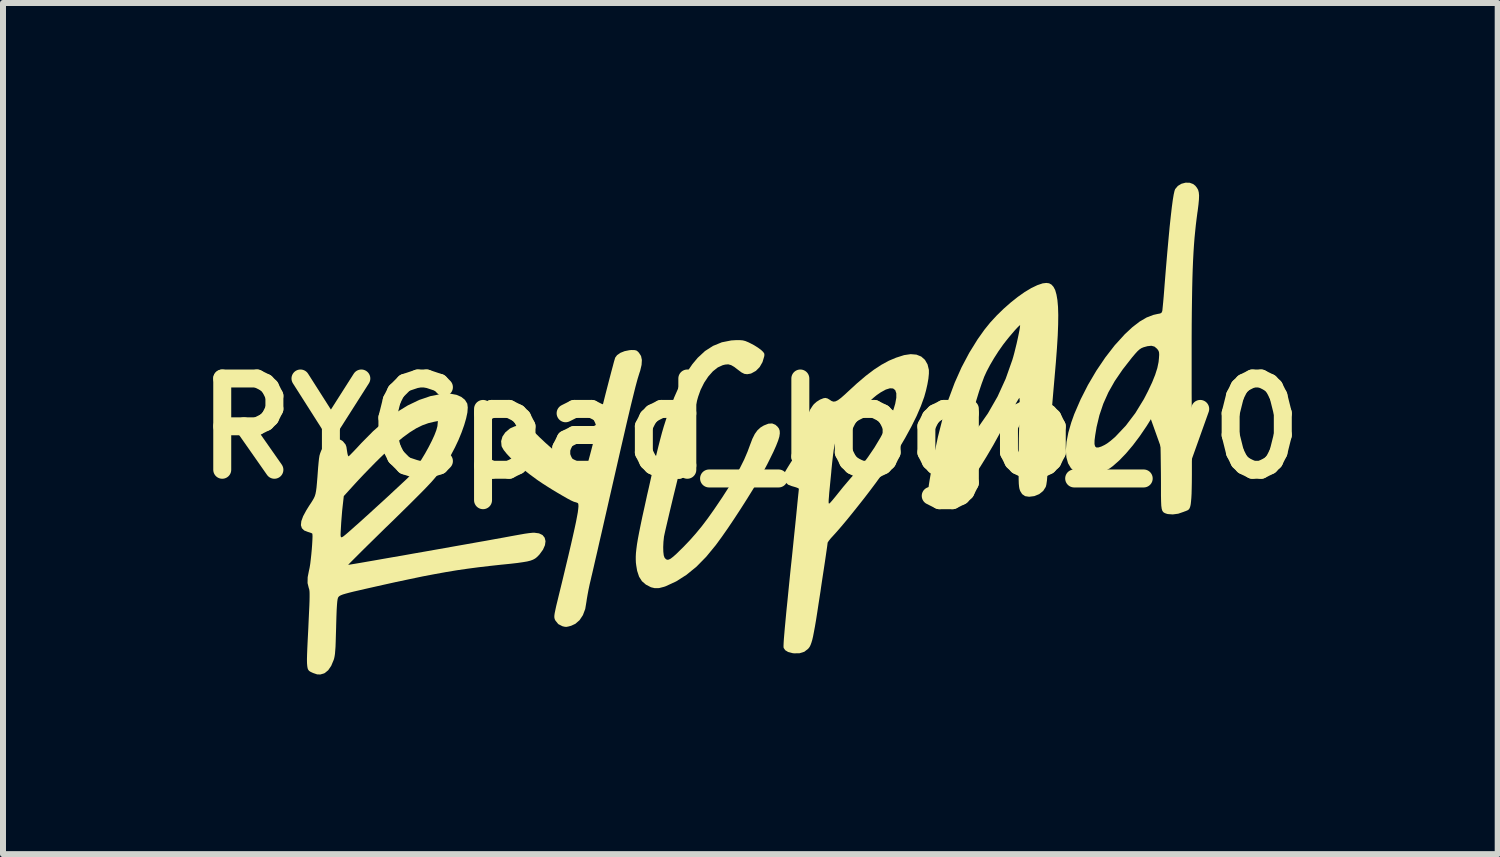
<source format=kicad_pcb>
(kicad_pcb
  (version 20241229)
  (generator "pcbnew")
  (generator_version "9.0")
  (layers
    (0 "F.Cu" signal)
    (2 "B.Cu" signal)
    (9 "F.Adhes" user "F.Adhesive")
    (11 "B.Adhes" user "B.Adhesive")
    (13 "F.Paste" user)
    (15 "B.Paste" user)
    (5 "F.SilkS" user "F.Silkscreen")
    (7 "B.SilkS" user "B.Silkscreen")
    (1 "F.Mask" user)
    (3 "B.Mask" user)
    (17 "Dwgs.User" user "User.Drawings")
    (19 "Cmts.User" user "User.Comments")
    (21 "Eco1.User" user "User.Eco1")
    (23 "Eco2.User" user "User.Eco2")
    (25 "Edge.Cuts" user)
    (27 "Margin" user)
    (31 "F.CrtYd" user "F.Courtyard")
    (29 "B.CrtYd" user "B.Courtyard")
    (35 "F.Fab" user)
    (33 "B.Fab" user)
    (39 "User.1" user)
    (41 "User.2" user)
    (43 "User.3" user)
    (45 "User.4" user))
  (footprint "RYCpad_logo_v0"
    (layer "F.Cu")
    (at 9.478 4.104)
    (property "Reference" "RYCpad_logo_v0" (at 0 0 0) (layer "F.SilkS") (effects (font (size 1.524 1.524) (thickness 0.3))))
    (attr board_only exclude_from_pos_files exclude_from_bom)
    (fp_poly (pts (xy -1.936 -1.309) (xy -1.903 -1.302) (xy -1.877 -1.283) (xy -1.859 -1.263) (xy -1.825 -1.21) (xy -1.811 -1.144) (xy -1.816 -1.062) (xy -1.84 -0.961) (xy -1.853 -0.923) (xy -1.866 -0.881) (xy -1.882 -0.829) (xy -1.899 -0.767) (xy -1.919 -0.692) (xy -1.941 -0.604) (xy -1.967 -0.499) (xy -1.997 -0.377) (xy -2.03 -0.237) (xy -2.068 -0.076) (xy -2.11 0.107) (xy -2.158 0.314) (xy -2.211 0.546) (xy -2.27 0.804) (xy -2.31 0.979) (xy -2.355 1.175) (xy -2.399 1.369) (xy -2.442 1.557) (xy -2.483 1.737) (xy -2.522 1.905) (xy -2.557 2.06) (xy -2.589 2.197) (xy -2.616 2.316) (xy -2.638 2.411) (xy -2.655 2.482) (xy -2.66 2.505) (xy -2.683 2.602) (xy -2.703 2.697) (xy -2.719 2.783) (xy -2.731 2.853) (xy -2.737 2.895) (xy -2.757 3.014) (xy -2.796 3.117) (xy -2.851 3.2) (xy -2.921 3.261) (xy -2.992 3.294) (xy -3.041 3.307) (xy -3.074 3.313) (xy -3.103 3.31) (xy -3.14 3.301) (xy -3.141 3.3) (xy -3.207 3.266) (xy -3.254 3.208) (xy -3.265 3.186) (xy -3.27 3.169) (xy -3.273 3.149) (xy -3.272 3.122) (xy -3.267 3.085) (xy -3.256 3.032) (xy -3.241 2.962) (xy -3.218 2.868) (xy -3.197 2.781) (xy -3.136 2.532) (xy -3.083 2.31) (xy -3.036 2.114) (xy -2.996 1.943) (xy -2.962 1.794) (xy -2.934 1.668) (xy -2.911 1.561) (xy -2.894 1.472) (xy -2.881 1.401) (xy -2.874 1.345) (xy -2.87 1.302) (xy -2.871 1.272) (xy -2.875 1.253) (xy -2.883 1.244) (xy -2.914 1.232) (xy -2.924 1.23) (xy -2.95 1.222) (xy -2.996 1.201) (xy -3.059 1.167) (xy -3.134 1.124) (xy -3.218 1.075) (xy -3.306 1.022) (xy -3.394 0.967) (xy -3.478 0.913) (xy -3.553 0.862) (xy -3.567 0.852) (xy -3.689 0.762) (xy -3.802 0.673) (xy -3.904 0.585) (xy -3.993 0.502) (xy -4.065 0.426) (xy -4.118 0.36) (xy -4.149 0.306) (xy -4.154 0.291) (xy -4.161 0.212) (xy -4.139 0.135) (xy -4.091 0.065) (xy -4.017 0.003) (xy -3.998 -0.008) (xy -3.933 -0.036) (xy -3.859 -0.054) (xy -3.786 -0.059) (xy -3.745 -0.054) (xy -3.718 -0.04) (xy -3.678 -0.008) (xy -3.63 0.036) (xy -3.597 0.07) (xy -3.512 0.154) (xy -3.416 0.244) (xy -3.314 0.334) (xy -3.213 0.417) (xy -3.122 0.487) (xy -3.073 0.521) (xy -3.014 0.56) (xy -2.95 0.599) (xy -2.888 0.636) (xy -2.832 0.668) (xy -2.788 0.691) (xy -2.761 0.703) (xy -2.755 0.703) (xy -2.749 0.693) (xy -2.742 0.673) (xy -2.732 0.641) (xy -2.718 0.595) (xy -2.702 0.534) (xy -2.681 0.456) (xy -2.655 0.358) (xy -2.624 0.238) (xy -2.588 0.096) (xy -2.545 -0.072) (xy -2.497 -0.263) (xy -2.457 -0.42) (xy -2.419 -0.571) (xy -2.383 -0.711) (xy -2.35 -0.838) (xy -2.321 -0.949) (xy -2.296 -1.042) (xy -2.277 -1.114) (xy -2.263 -1.161) (xy -2.257 -1.182) (xy -2.225 -1.225) (xy -2.17 -1.263) (xy -2.099 -1.291) (xy -2.02 -1.307) (xy -1.986 -1.31)) (stroke (width 0) (type solid)) (fill yes) (layer "F.SilkS"))
    (fp_poly (pts (xy 4.988 -2.424) (xy 5.028 -2.402) (xy 5.062 -2.364) (xy 5.09 -2.31) (xy 5.111 -2.236) (xy 5.127 -2.143) (xy 5.137 -2.03) (xy 5.141 -1.894) (xy 5.139 -1.734) (xy 5.132 -1.55) (xy 5.119 -1.34) (xy 5.101 -1.103) (xy 5.079 -0.848) (xy 5.058 -0.608) (xy 5.038 -0.373) (xy 5.02 -0.146) (xy 5.003 0.068) (xy 4.989 0.266) (xy 4.978 0.444) (xy 4.969 0.597) (xy 4.967 0.645) (xy 4.96 0.772) (xy 4.952 0.87) (xy 4.942 0.938) (xy 4.932 0.976) (xy 4.889 1.043) (xy 4.823 1.096) (xy 4.742 1.129) (xy 4.655 1.14) (xy 4.588 1.13) (xy 4.538 1.096) (xy 4.506 1.045) (xy 4.498 1.023) (xy 4.491 0.998) (xy 4.486 0.965) (xy 4.482 0.921) (xy 4.48 0.861) (xy 4.479 0.782) (xy 4.478 0.679) (xy 4.478 0.601) (xy 4.479 0.467) (xy 4.481 0.318) (xy 4.483 0.162) (xy 4.487 0.012) (xy 4.491 -0.121) (xy 4.491 -0.146) (xy 4.495 -0.251) (xy 4.496 -0.342) (xy 4.497 -0.418) (xy 4.496 -0.473) (xy 4.494 -0.504) (xy 4.491 -0.51) (xy 4.481 -0.497) (xy 4.459 -0.461) (xy 4.427 -0.406) (xy 4.388 -0.335) (xy 4.343 -0.252) (xy 4.307 -0.184) (xy 4.176 0.061) (xy 4.055 0.28) (xy 3.942 0.472) (xy 3.838 0.64) (xy 3.741 0.785) (xy 3.651 0.908) (xy 3.566 1.01) (xy 3.485 1.093) (xy 3.409 1.157) (xy 3.335 1.204) (xy 3.308 1.217) (xy 3.236 1.238) (xy 3.14 1.245) (xy 3.139 1.245) (xy 3.079 1.244) (xy 3.041 1.239) (xy 3.015 1.228) (xy 2.992 1.208) (xy 2.977 1.192) (xy 2.966 1.175) (xy 2.96 1.154) (xy 2.959 1.123) (xy 2.962 1.079) (xy 2.97 1.018) (xy 2.982 0.933) (xy 2.993 0.863) (xy 3.058 0.488) (xy 3.109 0.248) (xy 3.585 0.248) (xy 3.64 0.188) (xy 3.674 0.148) (xy 3.719 0.093) (xy 3.765 0.034) (xy 3.781 0.014) (xy 3.967 -0.253) (xy 4.128 -0.534) (xy 4.263 -0.83) (xy 4.374 -1.144) (xy 4.389 -1.194) (xy 4.407 -1.26) (xy 4.426 -1.337) (xy 4.446 -1.418) (xy 4.464 -1.499) (xy 4.48 -1.575) (xy 4.493 -1.641) (xy 4.501 -1.691) (xy 4.504 -1.72) (xy 4.503 -1.725) (xy 4.488 -1.714) (xy 4.458 -1.684) (xy 4.417 -1.64) (xy 4.37 -1.585) (xy 4.319 -1.525) (xy 4.27 -1.464) (xy 4.225 -1.406) (xy 4.217 -1.395) (xy 4.143 -1.29) (xy 4.07 -1.176) (xy 4.003 -1.062) (xy 3.946 -0.954) (xy 3.903 -0.86) (xy 3.9 -0.851) (xy 3.861 -0.745) (xy 3.818 -0.617) (xy 3.774 -0.473) (xy 3.729 -0.322) (xy 3.686 -0.168) (xy 3.647 -0.021) (xy 3.614 0.114) (xy 3.595 0.203) (xy 3.585 0.248) (xy 3.109 0.248) (xy 3.132 0.14) (xy 3.214 -0.183) (xy 3.307 -0.483) (xy 3.411 -0.762) (xy 3.526 -1.02) (xy 3.654 -1.262) (xy 3.794 -1.488) (xy 3.909 -1.65) (xy 4.006 -1.77) (xy 4.114 -1.887) (xy 4.228 -1.998) (xy 4.346 -2.102) (xy 4.464 -2.196) (xy 4.58 -2.278) (xy 4.69 -2.344) (xy 4.792 -2.393) (xy 4.881 -2.423) (xy 4.942 -2.43)) (stroke (width 0) (type solid)) (fill yes) (layer "F.SilkS"))
    (fp_poly (pts (xy -0.126 -1.471) (xy -0.083 -1.46) (xy -0.032 -1.439) (xy 0 -1.423) (xy 0.063 -1.39) (xy 0.125 -1.351) (xy 0.173 -1.316) (xy 0.177 -1.313) (xy 0.213 -1.279) (xy 0.231 -1.254) (xy 0.235 -1.228) (xy 0.231 -1.202) (xy 0.203 -1.108) (xy 0.156 -1.026) (xy 0.093 -0.962) (xy 0.019 -0.921) (xy 0.001 -0.915) (xy -0.053 -0.906) (xy -0.1 -0.912) (xy -0.148 -0.936) (xy -0.204 -0.978) (xy -0.269 -1.028) (xy -0.321 -1.058) (xy -0.369 -1.071) (xy -0.42 -1.067) (xy -0.461 -1.057) (xy -0.544 -1.019) (xy -0.625 -0.955) (xy -0.702 -0.868) (xy -0.772 -0.763) (xy -0.831 -0.644) (xy -0.87 -0.535) (xy -0.881 -0.497) (xy -0.898 -0.434) (xy -0.92 -0.348) (xy -0.946 -0.243) (xy -0.977 -0.121) (xy -1.011 0.015) (xy -1.047 0.163) (xy -1.086 0.318) (xy -1.125 0.48) (xy -1.165 0.643) (xy -1.205 0.807) (xy -1.244 0.967) (xy -1.282 1.121) (xy -1.317 1.267) (xy -1.349 1.401) (xy -1.377 1.521) (xy -1.401 1.623) (xy -1.42 1.705) (xy -1.433 1.764) (xy -1.44 1.798) (xy -1.441 1.8) (xy -1.451 1.892) (xy -1.455 1.98) (xy -1.453 2.058) (xy -1.446 2.118) (xy -1.433 2.156) (xy -1.432 2.157) (xy -1.412 2.18) (xy -1.391 2.192) (xy -1.364 2.19) (xy -1.331 2.174) (xy -1.287 2.14) (xy -1.23 2.089) (xy -1.158 2.018) (xy -1.116 1.977) (xy -1.01 1.866) (xy -0.91 1.753) (xy -0.811 1.633) (xy -0.711 1.501) (xy -0.606 1.353) (xy -0.491 1.183) (xy -0.472 1.155) (xy -0.355 0.973) (xy -0.256 0.809) (xy -0.173 0.659) (xy -0.103 0.519) (xy -0.046 0.385) (xy -0.006 0.277) (xy 0.034 0.172) (xy 0.074 0.092) (xy 0.118 0.031) (xy 0.169 -0.016) (xy 0.225 -0.05) (xy 0.301 -0.08) (xy 0.364 -0.084) (xy 0.418 -0.062) (xy 0.454 -0.03) (xy 0.477 0.001) (xy 0.49 0.038) (xy 0.492 0.083) (xy 0.484 0.137) (xy 0.463 0.205) (xy 0.43 0.289) (xy 0.384 0.392) (xy 0.323 0.516) (xy 0.281 0.6) (xy 0.216 0.721) (xy 0.136 0.861) (xy 0.045 1.014) (xy -0.056 1.177) (xy -0.161 1.342) (xy -0.269 1.507) (xy -0.375 1.665) (xy -0.478 1.812) (xy -0.573 1.942) (xy -0.58 1.951) (xy -0.737 2.142) (xy -0.899 2.307) (xy -1.067 2.444) (xy -1.238 2.553) (xy -1.411 2.633) (xy -1.439 2.643) (xy -1.524 2.665) (xy -1.597 2.666) (xy -1.659 2.651) (xy -1.744 2.607) (xy -1.81 2.55) (xy -1.858 2.474) (xy -1.89 2.377) (xy -1.905 2.288) (xy -1.911 2.24) (xy -1.913 2.19) (xy -1.913 2.138) (xy -1.91 2.079) (xy -1.903 2.013) (xy -1.893 1.936) (xy -1.878 1.846) (xy -1.858 1.74) (xy -1.833 1.616) (xy -1.803 1.472) (xy -1.766 1.306) (xy -1.724 1.113) (xy -1.694 0.983) (xy -1.648 0.777) (xy -1.607 0.597) (xy -1.57 0.44) (xy -1.536 0.302) (xy -1.505 0.181) (xy -1.476 0.072) (xy -1.447 -0.028) (xy -1.417 -0.122) (xy -1.387 -0.213) (xy -1.354 -0.304) (xy -1.318 -0.4) (xy -1.277 -0.503) (xy -1.273 -0.515) (xy -1.18 -0.726) (xy -1.079 -0.912) (xy -0.967 -1.075) (xy -0.879 -1.18) (xy -0.757 -1.293) (xy -0.623 -1.379) (xy -0.476 -1.439) (xy -0.319 -1.47) (xy -0.24 -1.475) (xy -0.174 -1.475)) (stroke (width 0) (type solid)) (fill yes) (layer "F.SilkS"))
    (fp_poly (pts (xy 7.334 -4.103) (xy 7.394 -4.081) (xy 7.429 -4.053) (xy 7.456 -4.019) (xy 7.476 -3.984) (xy 7.487 -3.943) (xy 7.492 -3.891) (xy 7.49 -3.825) (xy 7.482 -3.739) (xy 7.468 -3.628) (xy 7.465 -3.611) (xy 7.451 -3.504) (xy 7.438 -3.398) (xy 7.427 -3.291) (xy 7.416 -3.18) (xy 7.407 -3.064) (xy 7.399 -2.94) (xy 7.392 -2.808) (xy 7.386 -2.665) (xy 7.381 -2.51) (xy 7.377 -2.34) (xy 7.374 -2.154) (xy 7.371 -1.949) (xy 7.369 -1.725) (xy 7.368 -1.479) (xy 7.368 -1.209) (xy 7.368 -0.914) (xy 7.368 -0.591) (xy 7.369 -0.442) (xy 7.37 -0.174) (xy 7.371 0.066) (xy 7.371 0.279) (xy 7.372 0.467) (xy 7.372 0.632) (xy 7.372 0.775) (xy 7.371 0.897) (xy 7.369 1.001) (xy 7.367 1.088) (xy 7.363 1.159) (xy 7.358 1.217) (xy 7.353 1.262) (xy 7.346 1.297) (xy 7.337 1.324) (xy 7.327 1.343) (xy 7.315 1.356) (xy 7.302 1.365) (xy 7.286 1.372) (xy 7.269 1.379) (xy 7.249 1.386) (xy 7.234 1.392) (xy 7.144 1.423) (xy 7.053 1.435) (xy 6.97 1.429) (xy 6.951 1.424) (xy 6.92 1.413) (xy 6.896 1.398) (xy 6.879 1.375) (xy 6.868 1.34) (xy 6.861 1.289) (xy 6.858 1.218) (xy 6.856 1.122) (xy 6.856 1.073) (xy 6.856 0.912) (xy 6.855 0.749) (xy 6.853 0.588) (xy 6.851 0.431) (xy 6.848 0.281) (xy 6.845 0.14) (xy 6.841 0.012) (xy 6.837 -0.1) (xy 6.833 -0.195) (xy 6.829 -0.269) (xy 6.825 -0.319) (xy 6.821 -0.343) (xy 6.819 -0.345) (xy 6.805 -0.333) (xy 6.78 -0.3) (xy 6.748 -0.253) (xy 6.729 -0.221) (xy 6.617 -0.041) (xy 6.502 0.128) (xy 6.386 0.282) (xy 6.271 0.418) (xy 6.16 0.533) (xy 6.056 0.625) (xy 6.001 0.666) (xy 5.896 0.723) (xy 5.786 0.761) (xy 5.676 0.777) (xy 5.572 0.773) (xy 5.477 0.749) (xy 5.396 0.704) (xy 5.352 0.661) (xy 5.305 0.582) (xy 5.277 0.482) (xy 5.268 0.363) (xy 5.276 0.26) (xy 5.746 0.26) (xy 5.756 0.299) (xy 5.777 0.317) (xy 5.811 0.317) (xy 5.859 0.302) (xy 5.915 0.275) (xy 5.958 0.249) (xy 6.013 0.208) (xy 6.07 0.159) (xy 6.093 0.139) (xy 6.268 -0.046) (xy 6.428 -0.257) (xy 6.572 -0.493) (xy 6.639 -0.623) (xy 6.708 -0.769) (xy 6.759 -0.896) (xy 6.795 -1.009) (xy 6.816 -1.11) (xy 6.822 -1.171) (xy 6.826 -1.229) (xy 6.824 -1.268) (xy 6.816 -1.295) (xy 6.799 -1.32) (xy 6.789 -1.332) (xy 6.748 -1.367) (xy 6.696 -1.381) (xy 6.63 -1.374) (xy 6.565 -1.356) (xy 6.531 -1.342) (xy 6.5 -1.322) (xy 6.466 -1.292) (xy 6.424 -1.246) (xy 6.374 -1.187) (xy 6.217 -0.986) (xy 6.085 -0.793) (xy 5.978 -0.604) (xy 5.893 -0.414) (xy 5.828 -0.221) (xy 5.78 -0.021) (xy 5.777 -0.001) (xy 5.758 0.112) (xy 5.747 0.198) (xy 5.746 0.26) (xy 5.276 0.26) (xy 5.279 0.224) (xy 5.309 0.07) (xy 5.358 -0.1) (xy 5.408 -0.24) (xy 5.514 -0.485) (xy 5.637 -0.727) (xy 5.776 -0.963) (xy 5.926 -1.185) (xy 6.084 -1.389) (xy 6.247 -1.568) (xy 6.248 -1.57) (xy 6.378 -1.691) (xy 6.5 -1.785) (xy 6.616 -1.853) (xy 6.728 -1.896) (xy 6.799 -1.912) (xy 6.843 -1.92) (xy 6.866 -1.934) (xy 6.876 -1.957) (xy 6.878 -1.962) (xy 6.881 -1.988) (xy 6.886 -2.039) (xy 6.893 -2.111) (xy 6.901 -2.2) (xy 6.909 -2.3) (xy 6.916 -2.393) (xy 6.939 -2.677) (xy 6.961 -2.935) (xy 6.982 -3.166) (xy 7.001 -3.37) (xy 7.02 -3.546) (xy 7.037 -3.694) (xy 7.053 -3.814) (xy 7.068 -3.905) (xy 7.082 -3.967) (xy 7.093 -3.997) (xy 7.138 -4.05) (xy 7.198 -4.086) (xy 7.266 -4.104)) (stroke (width 0) (type solid)) (fill yes) (layer "F.SilkS"))
    (fp_poly (pts (xy 2.773 -1.233) (xy 2.853 -1.201) (xy 2.915 -1.146) (xy 2.959 -1.069) (xy 2.981 -0.978) (xy 2.981 -0.916) (xy 2.973 -0.833) (xy 2.956 -0.736) (xy 2.932 -0.631) (xy 2.903 -0.527) (xy 2.9 -0.519) (xy 2.847 -0.373) (xy 2.776 -0.208) (xy 2.687 -0.029) (xy 2.584 0.16) (xy 2.469 0.355) (xy 2.343 0.553) (xy 2.209 0.75) (xy 2.177 0.795) (xy 2.095 0.908) (xy 2.003 1.031) (xy 1.905 1.159) (xy 1.804 1.287) (xy 1.704 1.412) (xy 1.609 1.529) (xy 1.52 1.635) (xy 1.443 1.724) (xy 1.385 1.788) (xy 1.343 1.834) (xy 1.311 1.874) (xy 1.293 1.901) (xy 1.29 1.908) (xy 1.288 1.926) (xy 1.282 1.972) (xy 1.272 2.041) (xy 1.259 2.131) (xy 1.243 2.24) (xy 1.224 2.365) (xy 1.203 2.502) (xy 1.181 2.649) (xy 1.171 2.72) (xy 1.142 2.906) (xy 1.118 3.064) (xy 1.097 3.198) (xy 1.078 3.309) (xy 1.061 3.4) (xy 1.047 3.473) (xy 1.033 3.532) (xy 1.019 3.578) (xy 1.006 3.613) (xy 0.993 3.641) (xy 0.978 3.663) (xy 0.963 3.68) (xy 0.901 3.728) (xy 0.821 3.753) (xy 0.728 3.754) (xy 0.704 3.751) (xy 0.631 3.732) (xy 0.582 3.702) (xy 0.557 3.665) (xy 0.554 3.651) (xy 0.554 3.622) (xy 0.556 3.576) (xy 0.56 3.512) (xy 0.567 3.429) (xy 0.576 3.325) (xy 0.588 3.198) (xy 0.602 3.048) (xy 0.62 2.873) (xy 0.64 2.671) (xy 0.663 2.442) (xy 0.675 2.325) (xy 0.696 2.13) (xy 0.715 1.944) (xy 0.733 1.768) (xy 0.75 1.606) (xy 0.765 1.458) (xy 0.778 1.327) (xy 0.788 1.224) (xy 1.307 1.224) (xy 1.308 1.244) (xy 1.311 1.253) (xy 1.316 1.253) (xy 1.323 1.249) (xy 1.328 1.245) (xy 1.345 1.227) (xy 1.377 1.19) (xy 1.419 1.139) (xy 1.468 1.078) (xy 1.489 1.052) (xy 1.55 0.976) (xy 1.617 0.897) (xy 1.681 0.822) (xy 1.736 0.761) (xy 1.74 0.757) (xy 1.853 0.626) (xy 1.964 0.478) (xy 2.072 0.319) (xy 2.171 0.154) (xy 2.26 -0.012) (xy 2.334 -0.173) (xy 2.392 -0.323) (xy 2.419 -0.414) (xy 2.437 -0.513) (xy 2.437 -0.588) (xy 2.419 -0.64) (xy 2.383 -0.668) (xy 2.331 -0.671) (xy 2.262 -0.65) (xy 2.178 -0.604) (xy 2.111 -0.558) (xy 2.062 -0.518) (xy 1.997 -0.46) (xy 1.922 -0.389) (xy 1.842 -0.31) (xy 1.76 -0.227) (xy 1.682 -0.146) (xy 1.614 -0.071) (xy 1.558 -0.007) (xy 1.556 -0.004) (xy 1.516 0.046) (xy 1.484 0.09) (xy 1.457 0.132) (xy 1.436 0.177) (xy 1.418 0.228) (xy 1.404 0.289) (xy 1.391 0.364) (xy 1.379 0.456) (xy 1.366 0.571) (xy 1.352 0.711) (xy 1.351 0.728) (xy 1.337 0.87) (xy 1.326 0.984) (xy 1.317 1.074) (xy 1.312 1.142) (xy 1.308 1.191) (xy 1.307 1.224) (xy 0.788 1.224) (xy 0.789 1.216) (xy 0.798 1.126) (xy 0.805 1.06) (xy 0.809 1.019) (xy 0.81 1.007) (xy 0.797 0.996) (xy 0.763 0.983) (xy 0.74 0.976) (xy 0.688 0.961) (xy 0.641 0.943) (xy 0.629 0.937) (xy 0.592 0.903) (xy 0.567 0.851) (xy 0.558 0.792) (xy 0.56 0.764) (xy 0.571 0.739) (xy 0.597 0.694) (xy 0.634 0.633) (xy 0.679 0.561) (xy 0.731 0.483) (xy 0.737 0.475) (xy 0.905 0.228) (xy 0.917 0.065) (xy 0.929 -0.061) (xy 0.946 -0.163) (xy 0.969 -0.246) (xy 0.999 -0.316) (xy 1.039 -0.378) (xy 1.06 -0.405) (xy 1.106 -0.446) (xy 1.163 -0.482) (xy 1.221 -0.505) (xy 1.254 -0.51) (xy 1.289 -0.501) (xy 1.324 -0.48) (xy 1.357 -0.458) (xy 1.389 -0.448) (xy 1.423 -0.453) (xy 1.463 -0.473) (xy 1.514 -0.511) (xy 1.579 -0.568) (xy 1.624 -0.61) (xy 1.783 -0.756) (xy 1.928 -0.879) (xy 2.062 -0.981) (xy 2.189 -1.064) (xy 2.312 -1.131) (xy 2.433 -1.182) (xy 2.555 -1.221) (xy 2.568 -1.225) (xy 2.677 -1.241)) (stroke (width 0) (type solid)) (fill yes) (layer "F.SilkS"))
    (fp_poly (pts (xy -5.005 -0.58) (xy -4.907 -0.562) (xy -4.826 -0.527) (xy -4.765 -0.478) (xy -4.727 -0.416) (xy -4.726 -0.413) (xy -4.718 -0.351) (xy -4.724 -0.268) (xy -4.745 -0.169) (xy -4.778 -0.056) (xy -4.821 0.065) (xy -4.873 0.192) (xy -4.933 0.319) (xy -4.999 0.444) (xy -5.069 0.562) (xy -5.143 0.669) (xy -5.143 0.669) (xy -5.177 0.715) (xy -5.212 0.759) (xy -5.247 0.803) (xy -5.285 0.848) (xy -5.328 0.897) (xy -5.378 0.95) (xy -5.437 1.012) (xy -5.506 1.082) (xy -5.587 1.163) (xy -5.682 1.258) (xy -5.793 1.367) (xy -5.922 1.494) (xy -6.071 1.639) (xy -6.075 1.642) (xy -6.19 1.755) (xy -6.299 1.862) (xy -6.399 1.96) (xy -6.488 2.048) (xy -6.565 2.125) (xy -6.628 2.188) (xy -6.676 2.236) (xy -6.705 2.266) (xy -6.715 2.277) (xy -6.715 2.277) (xy -6.7 2.275) (xy -6.658 2.268) (xy -6.591 2.257) (xy -6.502 2.242) (xy -6.393 2.223) (xy -6.266 2.201) (xy -6.125 2.176) (xy -5.97 2.149) (xy -5.806 2.121) (xy -5.634 2.09) (xy -5.456 2.059) (xy -5.275 2.027) (xy -5.094 1.995) (xy -4.915 1.963) (xy -4.739 1.932) (xy -4.571 1.902) (xy -4.411 1.874) (xy -4.263 1.847) (xy -4.129 1.823) (xy -4.011 1.801) (xy -3.912 1.783) (xy -3.839 1.77) (xy -3.765 1.757) (xy -3.694 1.747) (xy -3.635 1.741) (xy -3.61 1.74) (xy -3.529 1.751) (xy -3.47 1.779) (xy -3.434 1.824) (xy -3.42 1.881) (xy -3.429 1.948) (xy -3.462 2.023) (xy -3.52 2.103) (xy -3.537 2.121) (xy -3.564 2.148) (xy -3.593 2.171) (xy -3.628 2.19) (xy -3.67 2.206) (xy -3.725 2.22) (xy -3.796 2.232) (xy -3.886 2.245) (xy -3.998 2.258) (xy -4.136 2.272) (xy -4.148 2.273) (xy -4.349 2.295) (xy -4.538 2.317) (xy -4.719 2.341) (xy -4.898 2.367) (xy -5.079 2.397) (xy -5.267 2.431) (xy -5.467 2.469) (xy -5.682 2.514) (xy -5.919 2.564) (xy -6.099 2.604) (xy -6.268 2.642) (xy -6.41 2.674) (xy -6.527 2.701) (xy -6.623 2.723) (xy -6.699 2.742) (xy -6.758 2.758) (xy -6.802 2.771) (xy -6.833 2.783) (xy -6.855 2.794) (xy -6.869 2.805) (xy -6.879 2.816) (xy -6.884 2.826) (xy -6.891 2.849) (xy -6.897 2.89) (xy -6.902 2.95) (xy -6.907 3.033) (xy -6.911 3.14) (xy -6.915 3.275) (xy -6.916 3.321) (xy -6.92 3.454) (xy -6.923 3.56) (xy -6.926 3.644) (xy -6.931 3.71) (xy -6.935 3.761) (xy -6.941 3.801) (xy -6.948 3.835) (xy -6.957 3.866) (xy -6.958 3.867) (xy -6.998 3.963) (xy -7.048 4.036) (xy -7.105 4.083) (xy -7.12 4.09) (xy -7.178 4.107) (xy -7.232 4.106) (xy -7.294 4.085) (xy -7.302 4.082) (xy -7.328 4.07) (xy -7.35 4.059) (xy -7.368 4.046) (xy -7.382 4.028) (xy -7.392 4.003) (xy -7.398 3.967) (xy -7.402 3.919) (xy -7.403 3.855) (xy -7.401 3.773) (xy -7.397 3.669) (xy -7.391 3.542) (xy -7.383 3.388) (xy -7.381 3.349) (xy -7.374 3.193) (xy -7.368 3.064) (xy -7.363 2.96) (xy -7.36 2.877) (xy -7.359 2.812) (xy -7.359 2.763) (xy -7.36 2.726) (xy -7.363 2.699) (xy -7.367 2.679) (xy -7.373 2.663) (xy -7.373 2.662) (xy -7.393 2.581) (xy -7.391 2.483) (xy -7.368 2.366) (xy -7.367 2.364) (xy -7.358 2.321) (xy -7.348 2.259) (xy -7.339 2.183) (xy -7.33 2.1) (xy -7.322 2.014) (xy -7.316 1.932) (xy -7.312 1.859) (xy -7.31 1.802) (xy -7.311 1.781) (xy -6.842 1.781) (xy -6.837 1.811) (xy -6.823 1.818) (xy -6.797 1.803) (xy -6.756 1.77) (xy -6.714 1.734) (xy -6.665 1.691) (xy -6.601 1.634) (xy -6.524 1.566) (xy -6.438 1.488) (xy -6.345 1.404) (xy -6.248 1.315) (xy -6.15 1.226) (xy -6.054 1.138) (xy -5.964 1.054) (xy -5.881 0.977) (xy -5.808 0.909) (xy -5.749 0.854) (xy -5.706 0.812) (xy -5.683 0.788) (xy -5.682 0.788) (xy -5.622 0.712) (xy -5.558 0.622) (xy -5.493 0.521) (xy -5.429 0.415) (xy -5.37 0.308) (xy -5.317 0.204) (xy -5.274 0.11) (xy -5.243 0.029) (xy -5.226 -0.034) (xy -5.224 -0.045) (xy -5.217 -0.124) (xy -5.275 -0.113) (xy -5.376 -0.089) (xy -5.476 -0.053) (xy -5.578 -0.003) (xy -5.684 0.063) (xy -5.798 0.146) (xy -5.922 0.249) (xy -6.059 0.372) (xy -6.179 0.487) (xy -6.265 0.572) (xy -6.358 0.667) (xy -6.452 0.764) (xy -6.538 0.855) (xy -6.599 0.921) (xy -6.788 1.129) (xy -6.806 1.289) (xy -6.815 1.371) (xy -6.823 1.469) (xy -6.831 1.57) (xy -6.835 1.641) (xy -6.84 1.725) (xy -6.842 1.781) (xy -7.311 1.781) (xy -7.312 1.765) (xy -7.314 1.755) (xy -7.332 1.745) (xy -7.368 1.733) (xy -7.388 1.727) (xy -7.449 1.703) (xy -7.488 1.665) (xy -7.504 1.614) (xy -7.497 1.547) (xy -7.467 1.465) (xy -7.413 1.365) (xy -7.365 1.288) (xy -7.333 1.24) (xy -7.308 1.2) (xy -7.288 1.165) (xy -7.272 1.13) (xy -7.26 1.09) (xy -7.251 1.043) (xy -7.243 0.983) (xy -7.236 0.906) (xy -7.228 0.809) (xy -7.219 0.686) (xy -7.217 0.66) (xy -7.209 0.571) (xy -7.202 0.505) (xy -7.194 0.454) (xy -7.182 0.413) (xy -7.167 0.374) (xy -7.155 0.349) (xy -7.113 0.279) (xy -7.062 0.231) (xy -6.996 0.202) (xy -6.922 0.187) (xy -6.874 0.183) (xy -6.841 0.189) (xy -6.81 0.208) (xy -6.8 0.217) (xy -6.758 0.268) (xy -6.744 0.308) (xy -6.736 0.362) (xy -6.728 0.413) (xy -6.72 0.447) (xy -6.711 0.465) (xy -6.709 0.465) (xy -6.696 0.455) (xy -6.666 0.425) (xy -6.622 0.38) (xy -6.568 0.323) (xy -6.506 0.256) (xy -6.49 0.239) (xy -6.299 0.046) (xy -6.107 -0.123) (xy -5.914 -0.266) (xy -5.721 -0.384) (xy -5.53 -0.476) (xy -5.342 -0.54) (xy -5.159 -0.576) (xy -5.115 -0.58)) (stroke (width 0) (type solid)) (fill yes) (layer "F.SilkS")))
  (gr_rect
    (start -3 -3)
    (end 21.956 11.211)
    (stroke (width 0.1) (type default))
    (fill no)
    (layer "Edge.Cuts")))
</source>
